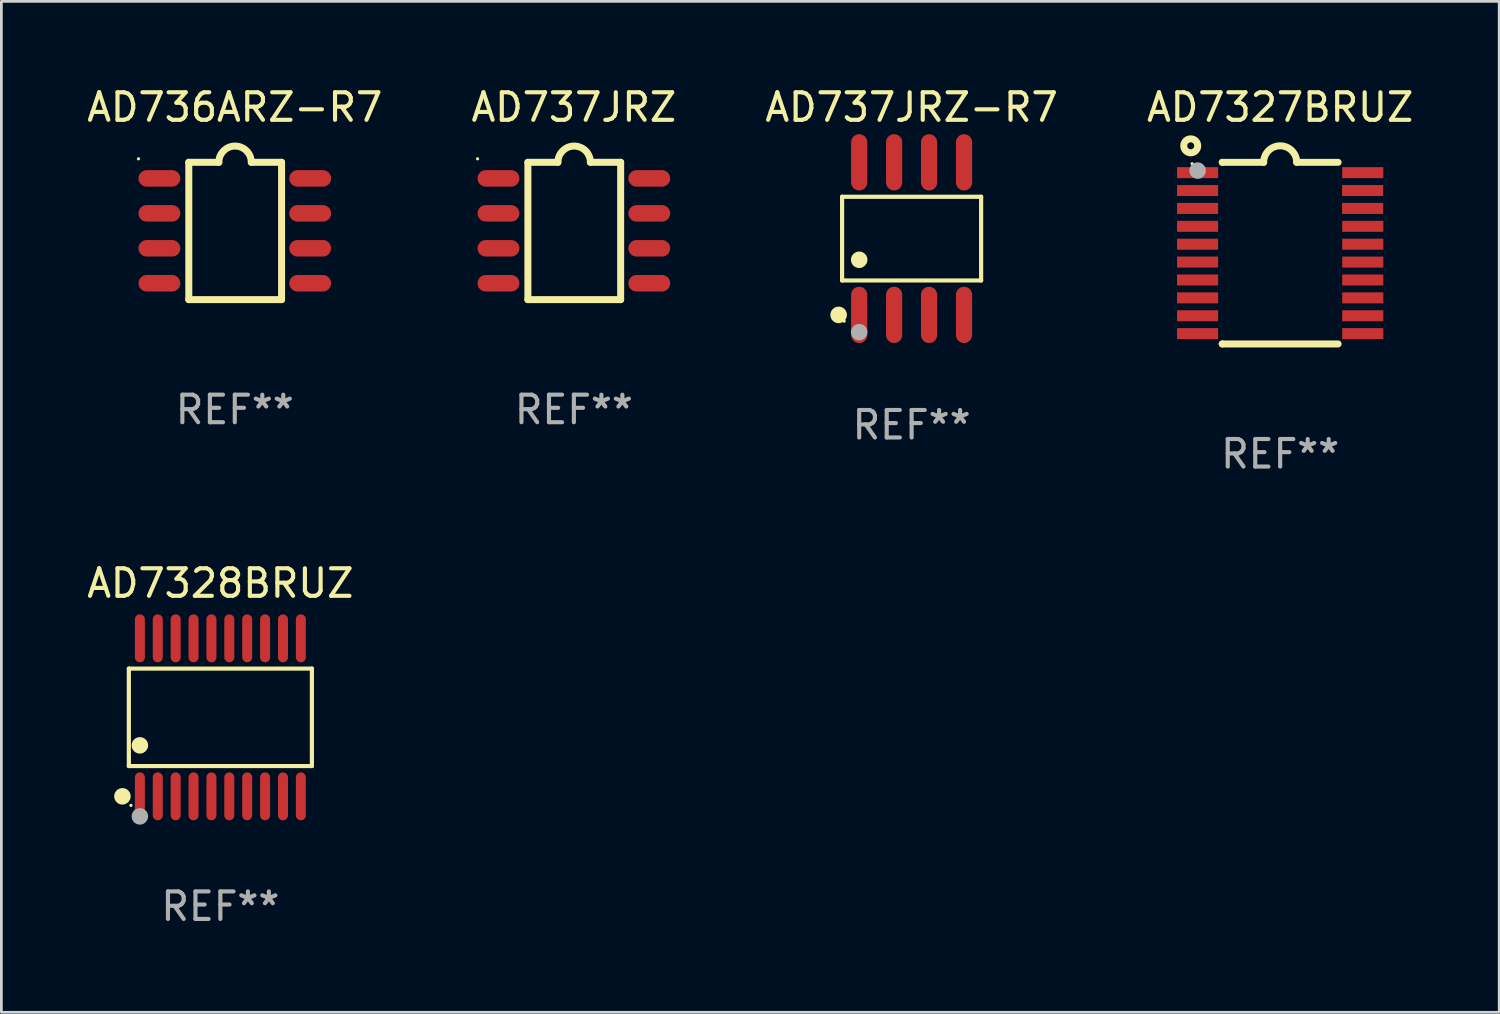
<source format=kicad_pcb>
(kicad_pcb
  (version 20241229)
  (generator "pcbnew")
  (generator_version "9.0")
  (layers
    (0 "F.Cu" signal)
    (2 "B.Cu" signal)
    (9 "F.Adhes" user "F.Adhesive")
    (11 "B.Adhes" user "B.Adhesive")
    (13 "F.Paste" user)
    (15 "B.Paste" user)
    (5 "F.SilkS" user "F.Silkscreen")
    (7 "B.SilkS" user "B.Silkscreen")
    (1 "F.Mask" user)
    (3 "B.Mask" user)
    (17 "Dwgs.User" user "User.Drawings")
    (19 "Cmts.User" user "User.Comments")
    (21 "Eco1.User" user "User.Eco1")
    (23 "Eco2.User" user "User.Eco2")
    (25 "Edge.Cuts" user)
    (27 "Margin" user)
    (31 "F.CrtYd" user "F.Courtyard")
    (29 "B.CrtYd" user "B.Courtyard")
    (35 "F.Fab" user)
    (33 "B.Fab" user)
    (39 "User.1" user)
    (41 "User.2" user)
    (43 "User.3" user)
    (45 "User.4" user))
  (footprint "AD736ARZ-R7"
    (layer "F.Cu")
    (at 5.482 5.343)
    (property "Reference" "AD736ARZ-R7" (at 0 -4.495 0) (layer "F.SilkS") (effects (font (size 1 1) (thickness 0.15))))
    (attr through_hole)
    (fp_line (start -1.671 -2.495) (end -0.58 -2.495) (stroke (width 0.254) (type solid)) (layer "F.SilkS"))
    (fp_line (start -1.671 2.495) (end -1.671 -2.495) (stroke (width 0.254) (type solid)) (layer "F.SilkS"))
    (fp_line (start 0.6 -2.495) (end 1.7 -2.495) (stroke (width 0.254) (type solid)) (layer "F.SilkS"))
    (fp_line (start 1.7 -2.495) (end 1.7 2.495) (stroke (width 0.254) (type solid)) (layer "F.SilkS"))
    (fp_line (start 1.7 2.495) (end -1.671 2.495) (stroke (width 0.254) (type solid)) (layer "F.SilkS"))
    (fp_arc (start -0.58001 -2.495009) (mid 0.009995 -3.083327) (end 0.6 -2.495009) (stroke (width 0.254001) (type solid)) (layer "F.SilkS"))
    (fp_circle (center -3.5 -2.622) (end -3.47 -2.622) (stroke (width 0.06) (type solid)) (fill no) (layer "F.SilkS"))
    (fp_text user "REF**" (at 0 6.495 0) (layer "F.Fab") (effects (font (size 1 1) (thickness 0.15))))
    (pad "1" smd oval (at -2.74 -1.91 90) (size 0.6 1.52) (layers "F.Cu" "F.Mask" "F.Paste"))
    (pad "2" smd oval (at -2.74 -0.64 90) (size 0.6 1.52) (layers "F.Cu" "F.Mask" "F.Paste"))
    (pad "3" smd oval (at -2.74 0.63 90) (size 0.6 1.52) (layers "F.Cu" "F.Mask" "F.Paste"))
    (pad "4" smd oval (at -2.74 1.9 90) (size 0.6 1.52) (layers "F.Cu" "F.Mask" "F.Paste"))
    (pad "5" smd oval (at 2.74 1.9 90) (size 0.6 1.52) (layers "F.Cu" "F.Mask" "F.Paste"))
    (pad "6" smd oval (at 2.74 0.63 90) (size 0.6 1.52) (layers "F.Cu" "F.Mask" "F.Paste"))
    (pad "7" smd oval (at 2.74 -0.64 90) (size 0.6 1.52) (layers "F.Cu" "F.Mask" "F.Paste"))
    (pad "8" smd oval (at 2.74 -1.91 90) (size 0.6 1.52) (layers "F.Cu" "F.Mask" "F.Paste")))
  (footprint "AD737JRZ"
    (layer "F.Cu")
    (at 17.804 5.343)
    (property "Reference" "AD737JRZ" (at 0 -4.495 0) (layer "F.SilkS") (effects (font (size 1 1) (thickness 0.15))))
    (attr through_hole)
    (fp_line (start -1.671 -2.495) (end -0.58 -2.495) (stroke (width 0.254) (type solid)) (layer "F.SilkS"))
    (fp_line (start -1.671 2.495) (end -1.671 -2.495) (stroke (width 0.254) (type solid)) (layer "F.SilkS"))
    (fp_line (start 0.6 -2.495) (end 1.7 -2.495) (stroke (width 0.254) (type solid)) (layer "F.SilkS"))
    (fp_line (start 1.7 -2.495) (end 1.7 2.495) (stroke (width 0.254) (type solid)) (layer "F.SilkS"))
    (fp_line (start 1.7 2.495) (end -1.671 2.495) (stroke (width 0.254) (type solid)) (layer "F.SilkS"))
    (fp_arc (start -0.58001 -2.495009) (mid 0.009995 -3.083327) (end 0.6 -2.495009) (stroke (width 0.254001) (type solid)) (layer "F.SilkS"))
    (fp_circle (center -3.5 -2.622) (end -3.47 -2.622) (stroke (width 0.06) (type solid)) (fill no) (layer "F.SilkS"))
    (fp_text user "REF**" (at 0 6.495 0) (layer "F.Fab") (effects (font (size 1 1) (thickness 0.15))))
    (pad "1" smd oval (at -2.74 -1.91 90) (size 0.6 1.52) (layers "F.Cu" "F.Mask" "F.Paste"))
    (pad "2" smd oval (at -2.74 -0.64 90) (size 0.6 1.52) (layers "F.Cu" "F.Mask" "F.Paste"))
    (pad "3" smd oval (at -2.74 0.63 90) (size 0.6 1.52) (layers "F.Cu" "F.Mask" "F.Paste"))
    (pad "4" smd oval (at -2.74 1.9 90) (size 0.6 1.52) (layers "F.Cu" "F.Mask" "F.Paste"))
    (pad "5" smd oval (at 2.74 1.9 90) (size 0.6 1.52) (layers "F.Cu" "F.Mask" "F.Paste"))
    (pad "6" smd oval (at 2.74 0.63 90) (size 0.6 1.52) (layers "F.Cu" "F.Mask" "F.Paste"))
    (pad "7" smd oval (at 2.74 -0.64 90) (size 0.6 1.52) (layers "F.Cu" "F.Mask" "F.Paste"))
    (pad "8" smd oval (at 2.74 -1.91 90) (size 0.6 1.52) (layers "F.Cu" "F.Mask" "F.Paste")))
  (footprint "AD7327BRUZ"
    (layer "F.Cu")
    (at 43.47 6.149)
    (property "Reference" "AD7327BRUZ" (at 0 -5.3 0) (layer "F.SilkS") (effects (font (size 1 1) (thickness 0.15))))
    (attr through_hole)
    (fp_line (start -2.105 -3.3) (end -2.105 -3.3) (stroke (width 0.254) (type solid)) (layer "F.SilkS"))
    (fp_line (start -2.105 -3.3) (end -0.6 -3.3) (stroke (width 0.254) (type solid)) (layer "F.SilkS"))
    (fp_line (start -2.105 3.3) (end -2.105 3.3) (stroke (width 0.254) (type solid)) (layer "F.SilkS"))
    (fp_line (start 0.6 -3.3) (end 2.105 -3.3) (stroke (width 0.254) (type solid)) (layer "F.SilkS"))
    (fp_line (start 2.105 3.3) (end -2.105 3.3) (stroke (width 0.254) (type solid)) (layer "F.SilkS"))
    (fp_arc (start -0.599924 -3.300026) (mid 0.000114 -3.897415) (end 0.600152 -3.300025) (stroke (width 0.254001) (type solid)) (layer "F.SilkS"))
    (fp_circle (center -3.25 -3.9) (end -2.996 -3.9) (stroke (width 0.254) (type solid)) (fill no) (layer "F.SilkS"))
    (fp_circle (center -3.2 -3.25) (end -3.17 -3.25) (stroke (width 0.06) (type solid)) (fill no) (layer "F.SilkS"))
    (fp_circle (center -3 -3) (end -2.85 -3) (stroke (width 0.3) (type solid)) (fill no) (layer "F.Fab"))
    (fp_text user "REF**" (at 0 7.3 0) (layer "F.Fab") (effects (font (size 1 1) (thickness 0.15))))
    (pad "1" smd rect (at -3.001 -2.925 270) (size 0.4 1.494) (layers "F.Cu" "F.Mask" "F.Paste"))
    (pad "2" smd rect (at -3.001 -2.275 270) (size 0.4 1.494) (layers "F.Cu" "F.Mask" "F.Paste"))
    (pad "3" smd rect (at -3.001 -1.625 270) (size 0.4 1.494) (layers "F.Cu" "F.Mask" "F.Paste"))
    (pad "4" smd rect (at -3.001 -0.975 270) (size 0.4 1.494) (layers "F.Cu" "F.Mask" "F.Paste"))
    (pad "5" smd rect (at -3.001 -0.325 270) (size 0.4 1.494) (layers "F.Cu" "F.Mask" "F.Paste"))
    (pad "6" smd rect (at -3.001 0.324 270) (size 0.4 1.494) (layers "F.Cu" "F.Mask" "F.Paste"))
    (pad "7" smd rect (at -3.001 0.975 270) (size 0.4 1.494) (layers "F.Cu" "F.Mask" "F.Paste"))
    (pad "8" smd rect (at -3.001 1.625 270) (size 0.4 1.494) (layers "F.Cu" "F.Mask" "F.Paste"))
    (pad "9" smd rect (at -3.001 2.275 270) (size 0.4 1.494) (layers "F.Cu" "F.Mask" "F.Paste"))
    (pad "10" smd rect (at -3.001 2.925 270) (size 0.4 1.494) (layers "F.Cu" "F.Mask" "F.Paste"))
    (pad "11" smd rect (at 3.001 2.925 270) (size 0.4 1.494) (layers "F.Cu" "F.Mask" "F.Paste"))
    (pad "12" smd rect (at 3.001 2.275 270) (size 0.4 1.494) (layers "F.Cu" "F.Mask" "F.Paste"))
    (pad "13" smd rect (at 3.001 1.625 270) (size 0.4 1.494) (layers "F.Cu" "F.Mask" "F.Paste"))
    (pad "14" smd rect (at 3.001 0.975 270) (size 0.4 1.494) (layers "F.Cu" "F.Mask" "F.Paste"))
    (pad "15" smd rect (at 3.001 0.325 270) (size 0.4 1.494) (layers "F.Cu" "F.Mask" "F.Paste"))
    (pad "16" smd rect (at 3.001 -0.325 270) (size 0.4 1.494) (layers "F.Cu" "F.Mask" "F.Paste"))
    (pad "17" smd rect (at 3.001 -0.975 270) (size 0.4 1.494) (layers "F.Cu" "F.Mask" "F.Paste"))
    (pad "18" smd rect (at 2.996 -1.625 270) (size 0.4 1.494) (layers "F.Cu" "F.Mask" "F.Paste"))
    (pad "19" smd rect (at 2.996 -2.275 270) (size 0.4 1.494) (layers "F.Cu" "F.Mask" "F.Paste"))
    (pad "20" smd rect (at 3.001 -2.925 270) (size 0.4 1.494) (layers "F.Cu" "F.Mask" "F.Paste")))
  (footprint "AD7328BRUZ"
    (layer "F.Cu")
    (at 4.958 23.017)
    (property "Reference" "AD7328BRUZ" (at 0 -4.871 0) (layer "F.SilkS") (effects (font (size 1 1) (thickness 0.15))))
    (attr through_hole)
    (fp_line (start -3.326 -1.771) (end 3.326 -1.771) (stroke (width 0.152) (type solid)) (layer "F.SilkS"))
    (fp_line (start -3.326 1.771) (end -3.326 -1.771) (stroke (width 0.152) (type solid)) (layer "F.SilkS"))
    (fp_line (start 3.326 -1.771) (end 3.326 1.771) (stroke (width 0.152) (type solid)) (layer "F.SilkS"))
    (fp_line (start 3.326 1.771) (end -3.326 1.771) (stroke (width 0.152) (type solid)) (layer "F.SilkS"))
    (fp_circle (center -3.559 2.871) (end -3.409 2.871) (stroke (width 0.3) (type solid)) (fill no) (layer "F.SilkS"))
    (fp_circle (center -3.25 3.2) (end -3.22 3.2) (stroke (width 0.06) (type solid)) (fill no) (layer "F.SilkS"))
    (fp_circle (center -2.925 1.019) (end -2.775 1.019) (stroke (width 0.3) (type solid)) (fill no) (layer "F.SilkS"))
    (fp_circle (center -2.925 3.6) (end -2.775 3.6) (stroke (width 0.3) (type solid)) (fill no) (layer "F.Fab"))
    (fp_text user "REF**" (at 0 6.871 0) (layer "F.Fab") (effects (font (size 1 1) (thickness 0.15))))
    (pad "1" smd oval (at -2.925 2.871) (size 0.364 1.742) (layers "F.Cu" "F.Mask" "F.Paste"))
    (pad "2" smd oval (at -2.275 2.871) (size 0.364 1.742) (layers "F.Cu" "F.Mask" "F.Paste"))
    (pad "3" smd oval (at -1.625 2.871) (size 0.364 1.742) (layers "F.Cu" "F.Mask" "F.Paste"))
    (pad "4" smd oval (at -0.975 2.871) (size 0.364 1.742) (layers "F.Cu" "F.Mask" "F.Paste"))
    (pad "5" smd oval (at -0.325 2.871) (size 0.364 1.742) (layers "F.Cu" "F.Mask" "F.Paste"))
    (pad "6" smd oval (at 0.325 2.871) (size 0.364 1.742) (layers "F.Cu" "F.Mask" "F.Paste"))
    (pad "7" smd oval (at 0.975 2.871) (size 0.364 1.742) (layers "F.Cu" "F.Mask" "F.Paste"))
    (pad "8" smd oval (at 1.625 2.871) (size 0.364 1.742) (layers "F.Cu" "F.Mask" "F.Paste"))
    (pad "9" smd oval (at 2.275 2.871) (size 0.364 1.742) (layers "F.Cu" "F.Mask" "F.Paste"))
    (pad "10" smd oval (at 2.925 2.871) (size 0.364 1.742) (layers "F.Cu" "F.Mask" "F.Paste"))
    (pad "11" smd oval (at 2.925 -2.871) (size 0.364 1.742) (layers "F.Cu" "F.Mask" "F.Paste"))
    (pad "12" smd oval (at 2.275 -2.871) (size 0.364 1.742) (layers "F.Cu" "F.Mask" "F.Paste"))
    (pad "13" smd oval (at 1.625 -2.871) (size 0.364 1.742) (layers "F.Cu" "F.Mask" "F.Paste"))
    (pad "14" smd oval (at 0.975 -2.871) (size 0.364 1.742) (layers "F.Cu" "F.Mask" "F.Paste"))
    (pad "15" smd oval (at 0.325 -2.871) (size 0.364 1.742) (layers "F.Cu" "F.Mask" "F.Paste"))
    (pad "16" smd oval (at -0.325 -2.871) (size 0.364 1.742) (layers "F.Cu" "F.Mask" "F.Paste"))
    (pad "17" smd oval (at -0.975 -2.871) (size 0.364 1.742) (layers "F.Cu" "F.Mask" "F.Paste"))
    (pad "18" smd oval (at -1.625 -2.871) (size 0.364 1.742) (layers "F.Cu" "F.Mask" "F.Paste"))
    (pad "19" smd oval (at -2.275 -2.871) (size 0.364 1.742) (layers "F.Cu" "F.Mask" "F.Paste"))
    (pad "20" smd oval (at -2.925 -2.871) (size 0.364 1.742) (layers "F.Cu" "F.Mask" "F.Paste")))
  (footprint "AD737JRZ-R7"
    (layer "F.Cu")
    (at 30.077 5.621)
    (property "Reference" "AD737JRZ-R7" (at 0 -4.772 0) (layer "F.SilkS") (effects (font (size 1 1) (thickness 0.15))))
    (attr through_hole)
    (fp_line (start -2.526 -1.521) (end 2.526 -1.521) (stroke (width 0.152) (type solid)) (layer "F.SilkS"))
    (fp_line (start -2.526 1.521) (end -2.526 -1.521) (stroke (width 0.152) (type solid)) (layer "F.SilkS"))
    (fp_line (start 2.526 -1.521) (end 2.526 1.521) (stroke (width 0.152) (type solid)) (layer "F.SilkS"))
    (fp_line (start 2.526 1.521) (end -2.526 1.521) (stroke (width 0.152) (type solid)) (layer "F.SilkS"))
    (fp_circle (center -2.652 2.772) (end -2.501 2.772) (stroke (width 0.3) (type solid)) (fill no) (layer "F.SilkS"))
    (fp_circle (center -2.45 3) (end -2.42 3) (stroke (width 0.06) (type solid)) (fill no) (layer "F.SilkS"))
    (fp_circle (center -1.905 0.769) (end -1.755 0.769) (stroke (width 0.3) (type solid)) (fill no) (layer "F.SilkS"))
    (fp_circle (center -1.905 3.4) (end -1.755 3.4) (stroke (width 0.3) (type solid)) (fill no) (layer "F.Fab"))
    (fp_text user "REF**" (at 0 6.772 0) (layer "F.Fab") (effects (font (size 1 1) (thickness 0.15))))
    (pad "1" smd oval (at -1.905 2.772) (size 0.588 2.045) (layers "F.Cu" "F.Mask" "F.Paste"))
    (pad "2" smd oval (at -0.635 2.772) (size 0.588 2.045) (layers "F.Cu" "F.Mask" "F.Paste"))
    (pad "3" smd oval (at 0.635 2.772) (size 0.588 2.045) (layers "F.Cu" "F.Mask" "F.Paste"))
    (pad "4" smd oval (at 1.905 2.772) (size 0.588 2.045) (layers "F.Cu" "F.Mask" "F.Paste"))
    (pad "5" smd oval (at 1.905 -2.772) (size 0.588 2.045) (layers "F.Cu" "F.Mask" "F.Paste"))
    (pad "6" smd oval (at 0.635 -2.772) (size 0.588 2.045) (layers "F.Cu" "F.Mask" "F.Paste"))
    (pad "7" smd oval (at -0.635 -2.772) (size 0.588 2.045) (layers "F.Cu" "F.Mask" "F.Paste"))
    (pad "8" smd oval (at -1.905 -2.772) (size 0.588 2.045) (layers "F.Cu" "F.Mask" "F.Paste")))
  (gr_rect
    (start -3 -3)
    (end 51.429 33.736)
    (stroke (width 0.1) (type default))
    (fill no)
    (layer "Edge.Cuts")))
</source>
